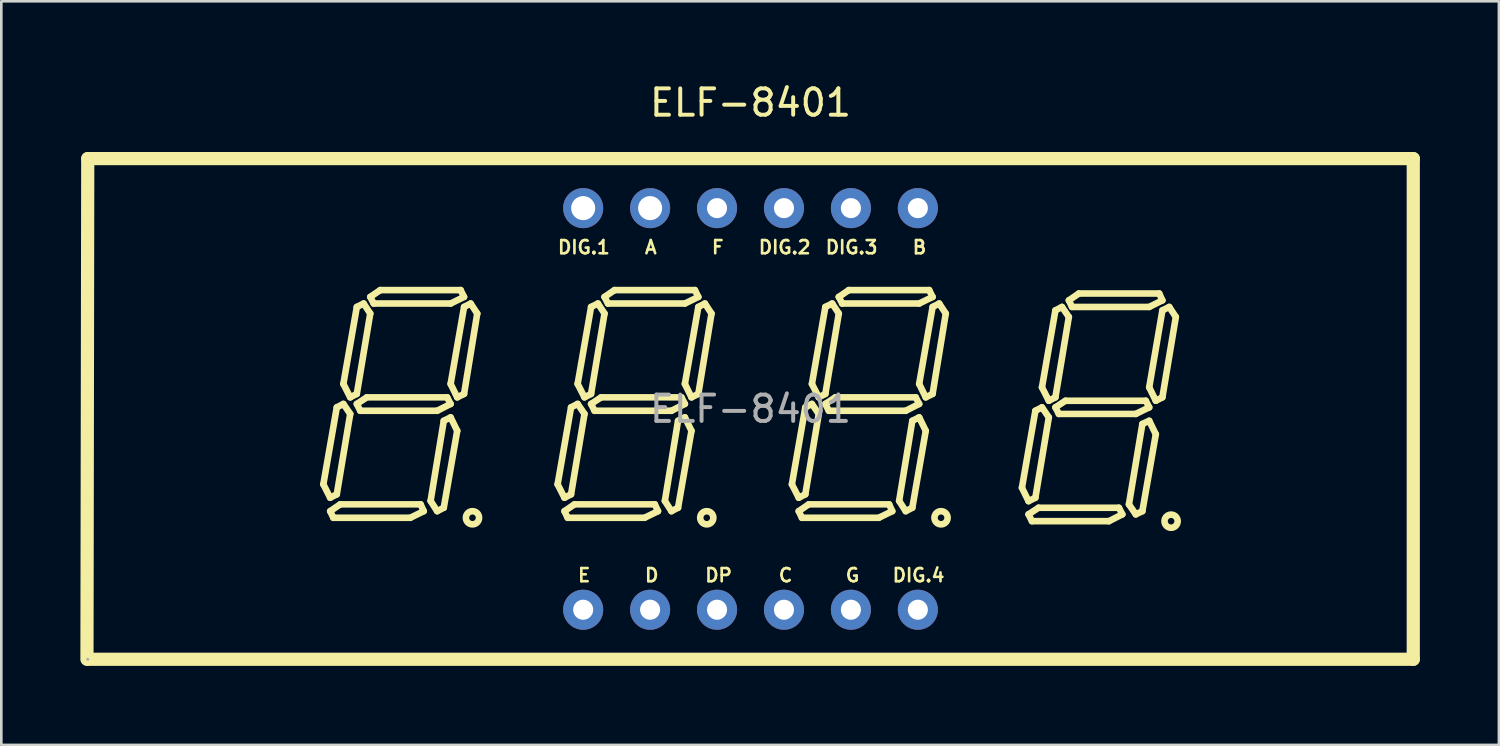
<source format=kicad_pcb>
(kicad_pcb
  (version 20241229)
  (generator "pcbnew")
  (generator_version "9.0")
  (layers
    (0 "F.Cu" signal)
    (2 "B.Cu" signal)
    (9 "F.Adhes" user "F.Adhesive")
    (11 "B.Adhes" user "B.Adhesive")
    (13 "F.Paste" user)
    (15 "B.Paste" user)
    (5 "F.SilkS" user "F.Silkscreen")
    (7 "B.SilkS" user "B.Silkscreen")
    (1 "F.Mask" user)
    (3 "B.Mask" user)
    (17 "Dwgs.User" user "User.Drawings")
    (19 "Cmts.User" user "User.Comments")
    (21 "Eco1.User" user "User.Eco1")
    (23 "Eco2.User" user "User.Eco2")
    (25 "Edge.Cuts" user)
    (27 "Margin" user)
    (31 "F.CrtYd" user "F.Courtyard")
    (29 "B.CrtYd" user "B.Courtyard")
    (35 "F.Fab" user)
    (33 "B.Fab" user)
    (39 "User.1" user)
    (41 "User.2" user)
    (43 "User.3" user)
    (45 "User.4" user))
  (footprint "ELF-8401"
    (layer "F.Cu")
    (at 25.43 12.468)
    (property "Reference" "ELF-8401" (at 0 -11.62 0) (layer "F.SilkS") (effects (font (size 1 1) (thickness 0.15))))
    (attr through_hole)
    (fp_line (start -25.18 9.5) (end -25.15 -9.5) (stroke (width 0.5) (type solid)) (layer "F.SilkS"))
    (fp_line (start -25.15 -9.5) (end 25.15 -9.5) (stroke (width 0.5) (type solid)) (layer "F.SilkS"))
    (fp_line (start -16.21 2.86) (end -15.7 -0.06) (stroke (width 0.25) (type solid)) (layer "F.SilkS"))
    (fp_line (start -15.95 3.37) (end -16.21 2.86) (stroke (width 0.25) (type solid)) (layer "F.SilkS"))
    (fp_line (start -15.95 3.88) (end -15.83 4.13) (stroke (width 0.25) (type solid)) (layer "F.SilkS"))
    (fp_line (start -15.83 4.13) (end -12.91 4.13) (stroke (width 0.25) (type solid)) (layer "F.SilkS"))
    (fp_line (start -15.7 -0.06) (end -15.45 -0.19) (stroke (width 0.25) (type solid)) (layer "F.SilkS"))
    (fp_line (start -15.7 3.24) (end -15.95 3.37) (stroke (width 0.25) (type solid)) (layer "F.SilkS"))
    (fp_line (start -15.57 3.62) (end -15.95 3.88) (stroke (width 0.25) (type solid)) (layer "F.SilkS"))
    (fp_line (start -15.45 -0.95) (end -14.94 -3.87) (stroke (width 0.25) (type solid)) (layer "F.SilkS"))
    (fp_line (start -15.45 -0.19) (end -15.19 0.19) (stroke (width 0.25) (type solid)) (layer "F.SilkS"))
    (fp_line (start -15.19 -0.44) (end -15.45 -0.95) (stroke (width 0.25) (type solid)) (layer "F.SilkS"))
    (fp_line (start -15.19 0.19) (end -15.7 3.24) (stroke (width 0.25) (type solid)) (layer "F.SilkS"))
    (fp_line (start -14.94 -3.87) (end -14.68 -4) (stroke (width 0.25) (type solid)) (layer "F.SilkS"))
    (fp_line (start -14.94 -0.57) (end -15.19 -0.44) (stroke (width 0.25) (type solid)) (layer "F.SilkS"))
    (fp_line (start -14.94 -0.19) (end -14.81 0.07) (stroke (width 0.25) (type solid)) (layer "F.SilkS"))
    (fp_line (start -14.81 0.07) (end -11.89 0.07) (stroke (width 0.25) (type solid)) (layer "F.SilkS"))
    (fp_line (start -14.68 -4) (end -14.43 -3.62) (stroke (width 0.25) (type solid)) (layer "F.SilkS"))
    (fp_line (start -14.56 -0.44) (end -14.94 -0.19) (stroke (width 0.25) (type solid)) (layer "F.SilkS"))
    (fp_line (start -14.43 -4.25) (end -14.05 -4.51) (stroke (width 0.25) (type solid)) (layer "F.SilkS"))
    (fp_line (start -14.43 -3.62) (end -14.94 -0.57) (stroke (width 0.25) (type solid)) (layer "F.SilkS"))
    (fp_line (start -14.3 -4) (end -14.43 -4.25) (stroke (width 0.25) (type solid)) (layer "F.SilkS"))
    (fp_line (start -14.05 -4.51) (end -11 -4.51) (stroke (width 0.25) (type solid)) (layer "F.SilkS"))
    (fp_line (start -12.91 4.13) (end -12.4 3.88) (stroke (width 0.25) (type solid)) (layer "F.SilkS"))
    (fp_line (start -12.52 3.62) (end -15.57 3.62) (stroke (width 0.25) (type solid)) (layer "F.SilkS"))
    (fp_line (start -12.4 3.88) (end -12.52 3.62) (stroke (width 0.25) (type solid)) (layer "F.SilkS"))
    (fp_line (start -12.14 3.49) (end -11.89 3.88) (stroke (width 0.25) (type solid)) (layer "F.SilkS"))
    (fp_line (start -11.89 0.07) (end -11.38 -0.19) (stroke (width 0.25) (type solid)) (layer "F.SilkS"))
    (fp_line (start -11.89 3.88) (end -11.64 3.75) (stroke (width 0.25) (type solid)) (layer "F.SilkS"))
    (fp_line (start -11.64 0.45) (end -12.14 3.49) (stroke (width 0.25) (type solid)) (layer "F.SilkS"))
    (fp_line (start -11.64 3.75) (end -11.13 0.83) (stroke (width 0.25) (type solid)) (layer "F.SilkS"))
    (fp_line (start -11.51 -0.44) (end -14.56 -0.44) (stroke (width 0.25) (type solid)) (layer "F.SilkS"))
    (fp_line (start -11.38 -4) (end -14.3 -4) (stroke (width 0.25) (type solid)) (layer "F.SilkS"))
    (fp_line (start -11.38 -0.95) (end -10.87 -3.87) (stroke (width 0.25) (type solid)) (layer "F.SilkS"))
    (fp_line (start -11.38 -0.19) (end -11.51 -0.44) (stroke (width 0.25) (type solid)) (layer "F.SilkS"))
    (fp_line (start -11.38 0.32) (end -11.64 0.45) (stroke (width 0.25) (type solid)) (layer "F.SilkS"))
    (fp_line (start -11.13 -0.44) (end -11.38 -0.95) (stroke (width 0.25) (type solid)) (layer "F.SilkS"))
    (fp_line (start -11.13 0.83) (end -11.38 0.32) (stroke (width 0.25) (type solid)) (layer "F.SilkS"))
    (fp_line (start -11 -4.51) (end -10.87 -4.25) (stroke (width 0.25) (type solid)) (layer "F.SilkS"))
    (fp_line (start -10.87 -4.25) (end -11.38 -4) (stroke (width 0.25) (type solid)) (layer "F.SilkS"))
    (fp_line (start -10.87 -3.87) (end -10.62 -4) (stroke (width 0.25) (type solid)) (layer "F.SilkS"))
    (fp_line (start -10.87 -0.57) (end -11.13 -0.44) (stroke (width 0.25) (type solid)) (layer "F.SilkS"))
    (fp_line (start -10.62 -4) (end -10.37 -3.62) (stroke (width 0.25) (type solid)) (layer "F.SilkS"))
    (fp_line (start -10.37 -3.62) (end -10.87 -0.57) (stroke (width 0.25) (type solid)) (layer "F.SilkS"))
    (fp_line (start -7.32 2.86) (end -6.81 -0.06) (stroke (width 0.25) (type solid)) (layer "F.SilkS"))
    (fp_line (start -7.06 3.37) (end -7.32 2.86) (stroke (width 0.25) (type solid)) (layer "F.SilkS"))
    (fp_line (start -7.06 3.88) (end -6.94 4.13) (stroke (width 0.25) (type solid)) (layer "F.SilkS"))
    (fp_line (start -6.94 4.13) (end -4.02 4.13) (stroke (width 0.25) (type solid)) (layer "F.SilkS"))
    (fp_line (start -6.81 -0.06) (end -6.56 -0.19) (stroke (width 0.25) (type solid)) (layer "F.SilkS"))
    (fp_line (start -6.81 3.24) (end -7.06 3.37) (stroke (width 0.25) (type solid)) (layer "F.SilkS"))
    (fp_line (start -6.68 3.62) (end -7.06 3.88) (stroke (width 0.25) (type solid)) (layer "F.SilkS"))
    (fp_line (start -6.56 -0.95) (end -6.05 -3.87) (stroke (width 0.25) (type solid)) (layer "F.SilkS"))
    (fp_line (start -6.56 -0.19) (end -6.3 0.19) (stroke (width 0.25) (type solid)) (layer "F.SilkS"))
    (fp_line (start -6.3 -0.44) (end -6.56 -0.95) (stroke (width 0.25) (type solid)) (layer "F.SilkS"))
    (fp_line (start -6.3 0.19) (end -6.81 3.24) (stroke (width 0.25) (type solid)) (layer "F.SilkS"))
    (fp_line (start -6.05 -3.87) (end -5.79 -4) (stroke (width 0.25) (type solid)) (layer "F.SilkS"))
    (fp_line (start -6.05 -0.57) (end -6.3 -0.44) (stroke (width 0.25) (type solid)) (layer "F.SilkS"))
    (fp_line (start -6.05 -0.19) (end -5.92 0.07) (stroke (width 0.25) (type solid)) (layer "F.SilkS"))
    (fp_line (start -5.92 0.07) (end -3 0.07) (stroke (width 0.25) (type solid)) (layer "F.SilkS"))
    (fp_line (start -5.79 -4) (end -5.54 -3.62) (stroke (width 0.25) (type solid)) (layer "F.SilkS"))
    (fp_line (start -5.67 -0.44) (end -6.05 -0.19) (stroke (width 0.25) (type solid)) (layer "F.SilkS"))
    (fp_line (start -5.54 -4.25) (end -5.16 -4.51) (stroke (width 0.25) (type solid)) (layer "F.SilkS"))
    (fp_line (start -5.54 -3.62) (end -6.05 -0.57) (stroke (width 0.25) (type solid)) (layer "F.SilkS"))
    (fp_line (start -5.41 -4) (end -5.54 -4.25) (stroke (width 0.25) (type solid)) (layer "F.SilkS"))
    (fp_line (start -5.16 -4.51) (end -2.11 -4.51) (stroke (width 0.25) (type solid)) (layer "F.SilkS"))
    (fp_line (start -4.02 4.13) (end -3.51 3.88) (stroke (width 0.25) (type solid)) (layer "F.SilkS"))
    (fp_line (start -3.63 3.62) (end -6.68 3.62) (stroke (width 0.25) (type solid)) (layer "F.SilkS"))
    (fp_line (start -3.51 3.88) (end -3.63 3.62) (stroke (width 0.25) (type solid)) (layer "F.SilkS"))
    (fp_line (start -3.25 3.49) (end -3 3.88) (stroke (width 0.25) (type solid)) (layer "F.SilkS"))
    (fp_line (start -3 0.07) (end -2.49 -0.19) (stroke (width 0.25) (type solid)) (layer "F.SilkS"))
    (fp_line (start -3 3.88) (end -2.75 3.75) (stroke (width 0.25) (type solid)) (layer "F.SilkS"))
    (fp_line (start -2.75 0.45) (end -3.25 3.49) (stroke (width 0.25) (type solid)) (layer "F.SilkS"))
    (fp_line (start -2.75 3.75) (end -2.24 0.83) (stroke (width 0.25) (type solid)) (layer "F.SilkS"))
    (fp_line (start -2.62 -0.44) (end -5.67 -0.44) (stroke (width 0.25) (type solid)) (layer "F.SilkS"))
    (fp_line (start -2.49 -4) (end -5.41 -4) (stroke (width 0.25) (type solid)) (layer "F.SilkS"))
    (fp_line (start -2.49 -0.95) (end -1.98 -3.87) (stroke (width 0.25) (type solid)) (layer "F.SilkS"))
    (fp_line (start -2.49 -0.19) (end -2.62 -0.44) (stroke (width 0.25) (type solid)) (layer "F.SilkS"))
    (fp_line (start -2.49 0.32) (end -2.75 0.45) (stroke (width 0.25) (type solid)) (layer "F.SilkS"))
    (fp_line (start -2.24 -0.44) (end -2.49 -0.95) (stroke (width 0.25) (type solid)) (layer "F.SilkS"))
    (fp_line (start -2.24 0.83) (end -2.49 0.32) (stroke (width 0.25) (type solid)) (layer "F.SilkS"))
    (fp_line (start -2.11 -4.51) (end -1.98 -4.25) (stroke (width 0.25) (type solid)) (layer "F.SilkS"))
    (fp_line (start -1.98 -4.25) (end -2.49 -4) (stroke (width 0.25) (type solid)) (layer "F.SilkS"))
    (fp_line (start -1.98 -3.87) (end -1.73 -4) (stroke (width 0.25) (type solid)) (layer "F.SilkS"))
    (fp_line (start -1.98 -0.57) (end -2.24 -0.44) (stroke (width 0.25) (type solid)) (layer "F.SilkS"))
    (fp_line (start -1.73 -4) (end -1.48 -3.62) (stroke (width 0.25) (type solid)) (layer "F.SilkS"))
    (fp_line (start -1.48 -3.62) (end -1.98 -0.57) (stroke (width 0.25) (type solid)) (layer "F.SilkS"))
    (fp_line (start 1.57 2.86) (end 2.08 -0.06) (stroke (width 0.25) (type solid)) (layer "F.SilkS"))
    (fp_line (start 1.83 3.37) (end 1.57 2.86) (stroke (width 0.25) (type solid)) (layer "F.SilkS"))
    (fp_line (start 1.83 3.88) (end 1.95 4.13) (stroke (width 0.25) (type solid)) (layer "F.SilkS"))
    (fp_line (start 1.95 4.13) (end 4.87 4.13) (stroke (width 0.25) (type solid)) (layer "F.SilkS"))
    (fp_line (start 2.08 -0.06) (end 2.33 -0.19) (stroke (width 0.25) (type solid)) (layer "F.SilkS"))
    (fp_line (start 2.08 3.24) (end 1.83 3.37) (stroke (width 0.25) (type solid)) (layer "F.SilkS"))
    (fp_line (start 2.21 3.62) (end 1.83 3.88) (stroke (width 0.25) (type solid)) (layer "F.SilkS"))
    (fp_line (start 2.33 -0.95) (end 2.84 -3.87) (stroke (width 0.25) (type solid)) (layer "F.SilkS"))
    (fp_line (start 2.33 -0.19) (end 2.59 0.19) (stroke (width 0.25) (type solid)) (layer "F.SilkS"))
    (fp_line (start 2.59 -0.44) (end 2.33 -0.95) (stroke (width 0.25) (type solid)) (layer "F.SilkS"))
    (fp_line (start 2.59 0.19) (end 2.08 3.24) (stroke (width 0.25) (type solid)) (layer "F.SilkS"))
    (fp_line (start 2.84 -3.87) (end 3.1 -4) (stroke (width 0.25) (type solid)) (layer "F.SilkS"))
    (fp_line (start 2.84 -0.57) (end 2.59 -0.44) (stroke (width 0.25) (type solid)) (layer "F.SilkS"))
    (fp_line (start 2.84 -0.19) (end 2.97 0.07) (stroke (width 0.25) (type solid)) (layer "F.SilkS"))
    (fp_line (start 2.97 0.07) (end 5.89 0.07) (stroke (width 0.25) (type solid)) (layer "F.SilkS"))
    (fp_line (start 3.1 -4) (end 3.35 -3.62) (stroke (width 0.25) (type solid)) (layer "F.SilkS"))
    (fp_line (start 3.22 -0.44) (end 2.84 -0.19) (stroke (width 0.25) (type solid)) (layer "F.SilkS"))
    (fp_line (start 3.35 -4.25) (end 3.73 -4.51) (stroke (width 0.25) (type solid)) (layer "F.SilkS"))
    (fp_line (start 3.35 -3.62) (end 2.84 -0.57) (stroke (width 0.25) (type solid)) (layer "F.SilkS"))
    (fp_line (start 3.48 -4) (end 3.35 -4.25) (stroke (width 0.25) (type solid)) (layer "F.SilkS"))
    (fp_line (start 3.73 -4.51) (end 6.78 -4.51) (stroke (width 0.25) (type solid)) (layer "F.SilkS"))
    (fp_line (start 4.87 4.13) (end 5.38 3.88) (stroke (width 0.25) (type solid)) (layer "F.SilkS"))
    (fp_line (start 5.26 3.62) (end 2.21 3.62) (stroke (width 0.25) (type solid)) (layer "F.SilkS"))
    (fp_line (start 5.38 3.88) (end 5.26 3.62) (stroke (width 0.25) (type solid)) (layer "F.SilkS"))
    (fp_line (start 5.64 3.49) (end 5.89 3.88) (stroke (width 0.25) (type solid)) (layer "F.SilkS"))
    (fp_line (start 5.89 0.07) (end 6.4 -0.19) (stroke (width 0.25) (type solid)) (layer "F.SilkS"))
    (fp_line (start 5.89 3.88) (end 6.14 3.75) (stroke (width 0.25) (type solid)) (layer "F.SilkS"))
    (fp_line (start 6.14 0.45) (end 5.64 3.49) (stroke (width 0.25) (type solid)) (layer "F.SilkS"))
    (fp_line (start 6.14 3.75) (end 6.65 0.83) (stroke (width 0.25) (type solid)) (layer "F.SilkS"))
    (fp_line (start 6.27 -0.44) (end 3.22 -0.44) (stroke (width 0.25) (type solid)) (layer "F.SilkS"))
    (fp_line (start 6.4 -4) (end 3.48 -4) (stroke (width 0.25) (type solid)) (layer "F.SilkS"))
    (fp_line (start 6.4 -0.95) (end 6.91 -3.87) (stroke (width 0.25) (type solid)) (layer "F.SilkS"))
    (fp_line (start 6.4 -0.19) (end 6.27 -0.44) (stroke (width 0.25) (type solid)) (layer "F.SilkS"))
    (fp_line (start 6.4 0.32) (end 6.14 0.45) (stroke (width 0.25) (type solid)) (layer "F.SilkS"))
    (fp_line (start 6.65 -0.44) (end 6.4 -0.95) (stroke (width 0.25) (type solid)) (layer "F.SilkS"))
    (fp_line (start 6.65 0.83) (end 6.4 0.32) (stroke (width 0.25) (type solid)) (layer "F.SilkS"))
    (fp_line (start 6.78 -4.51) (end 6.91 -4.25) (stroke (width 0.25) (type solid)) (layer "F.SilkS"))
    (fp_line (start 6.91 -4.25) (end 6.4 -4) (stroke (width 0.25) (type solid)) (layer "F.SilkS"))
    (fp_line (start 6.91 -3.87) (end 7.16 -4) (stroke (width 0.25) (type solid)) (layer "F.SilkS"))
    (fp_line (start 6.91 -0.57) (end 6.65 -0.44) (stroke (width 0.25) (type solid)) (layer "F.SilkS"))
    (fp_line (start 7.16 -4) (end 7.41 -3.62) (stroke (width 0.25) (type solid)) (layer "F.SilkS"))
    (fp_line (start 7.41 -3.62) (end 6.91 -0.57) (stroke (width 0.25) (type solid)) (layer "F.SilkS"))
    (fp_line (start 10.3 2.99) (end 10.81 0.07) (stroke (width 0.25) (type solid)) (layer "F.SilkS"))
    (fp_line (start 10.55 3.5) (end 10.3 2.99) (stroke (width 0.25) (type solid)) (layer "F.SilkS"))
    (fp_line (start 10.55 4) (end 10.68 4.26) (stroke (width 0.25) (type solid)) (layer "F.SilkS"))
    (fp_line (start 10.68 4.26) (end 13.6 4.26) (stroke (width 0.25) (type solid)) (layer "F.SilkS"))
    (fp_line (start 10.81 0.07) (end 11.06 -0.06) (stroke (width 0.25) (type solid)) (layer "F.SilkS"))
    (fp_line (start 10.81 3.37) (end 10.55 3.5) (stroke (width 0.25) (type solid)) (layer "F.SilkS"))
    (fp_line (start 10.93 3.75) (end 10.55 4) (stroke (width 0.25) (type solid)) (layer "F.SilkS"))
    (fp_line (start 11.06 -0.82) (end 11.57 -3.74) (stroke (width 0.25) (type solid)) (layer "F.SilkS"))
    (fp_line (start 11.06 -0.06) (end 11.32 0.32) (stroke (width 0.25) (type solid)) (layer "F.SilkS"))
    (fp_line (start 11.32 -0.31) (end 11.06 -0.82) (stroke (width 0.25) (type solid)) (layer "F.SilkS"))
    (fp_line (start 11.32 0.32) (end 10.81 3.37) (stroke (width 0.25) (type solid)) (layer "F.SilkS"))
    (fp_line (start 11.57 -3.74) (end 11.82 -3.87) (stroke (width 0.25) (type solid)) (layer "F.SilkS"))
    (fp_line (start 11.57 -0.44) (end 11.32 -0.31) (stroke (width 0.25) (type solid)) (layer "F.SilkS"))
    (fp_line (start 11.57 -0.06) (end 11.7 0.19) (stroke (width 0.25) (type solid)) (layer "F.SilkS"))
    (fp_line (start 11.7 0.19) (end 14.62 0.19) (stroke (width 0.25) (type solid)) (layer "F.SilkS"))
    (fp_line (start 11.82 -3.87) (end 12.08 -3.49) (stroke (width 0.25) (type solid)) (layer "F.SilkS"))
    (fp_line (start 11.95 -0.31) (end 11.57 -0.06) (stroke (width 0.25) (type solid)) (layer "F.SilkS"))
    (fp_line (start 12.08 -4.12) (end 12.46 -4.38) (stroke (width 0.25) (type solid)) (layer "F.SilkS"))
    (fp_line (start 12.08 -3.49) (end 11.57 -0.44) (stroke (width 0.25) (type solid)) (layer "F.SilkS"))
    (fp_line (start 12.2 -3.87) (end 12.08 -4.12) (stroke (width 0.25) (type solid)) (layer "F.SilkS"))
    (fp_line (start 12.46 -4.38) (end 15.51 -4.38) (stroke (width 0.25) (type solid)) (layer "F.SilkS"))
    (fp_line (start 13.6 4.26) (end 14.11 4) (stroke (width 0.25) (type solid)) (layer "F.SilkS"))
    (fp_line (start 13.98 3.75) (end 10.93 3.75) (stroke (width 0.25) (type solid)) (layer "F.SilkS"))
    (fp_line (start 14.11 4) (end 13.98 3.75) (stroke (width 0.25) (type solid)) (layer "F.SilkS"))
    (fp_line (start 14.36 3.62) (end 14.62 4) (stroke (width 0.25) (type solid)) (layer "F.SilkS"))
    (fp_line (start 14.62 0.19) (end 15.13 -0.06) (stroke (width 0.25) (type solid)) (layer "F.SilkS"))
    (fp_line (start 14.62 4) (end 14.87 3.88) (stroke (width 0.25) (type solid)) (layer "F.SilkS"))
    (fp_line (start 14.87 0.57) (end 14.36 3.62) (stroke (width 0.25) (type solid)) (layer "F.SilkS"))
    (fp_line (start 14.87 3.88) (end 15.38 0.96) (stroke (width 0.25) (type solid)) (layer "F.SilkS"))
    (fp_line (start 15 -0.31) (end 11.95 -0.31) (stroke (width 0.25) (type solid)) (layer "F.SilkS"))
    (fp_line (start 15.13 -3.87) (end 12.2 -3.87) (stroke (width 0.25) (type solid)) (layer "F.SilkS"))
    (fp_line (start 15.13 -0.82) (end 15.63 -3.74) (stroke (width 0.25) (type solid)) (layer "F.SilkS"))
    (fp_line (start 15.13 -0.06) (end 15 -0.31) (stroke (width 0.25) (type solid)) (layer "F.SilkS"))
    (fp_line (start 15.13 0.45) (end 14.87 0.57) (stroke (width 0.25) (type solid)) (layer "F.SilkS"))
    (fp_line (start 15.38 -0.31) (end 15.13 -0.82) (stroke (width 0.25) (type solid)) (layer "F.SilkS"))
    (fp_line (start 15.38 0.96) (end 15.13 0.45) (stroke (width 0.25) (type solid)) (layer "F.SilkS"))
    (fp_line (start 15.51 -4.38) (end 15.63 -4.12) (stroke (width 0.25) (type solid)) (layer "F.SilkS"))
    (fp_line (start 15.63 -4.12) (end 15.13 -3.87) (stroke (width 0.25) (type solid)) (layer "F.SilkS"))
    (fp_line (start 15.63 -3.74) (end 15.89 -3.87) (stroke (width 0.25) (type solid)) (layer "F.SilkS"))
    (fp_line (start 15.63 -0.44) (end 15.38 -0.31) (stroke (width 0.25) (type solid)) (layer "F.SilkS"))
    (fp_line (start 15.89 -3.87) (end 16.14 -3.49) (stroke (width 0.25) (type solid)) (layer "F.SilkS"))
    (fp_line (start 16.14 -3.49) (end 15.63 -0.44) (stroke (width 0.25) (type solid)) (layer "F.SilkS"))
    (fp_line (start 25.15 -9.5) (end 25.15 9.5) (stroke (width 0.5) (type solid)) (layer "F.SilkS"))
    (fp_line (start 25.15 9.5) (end -25.15 9.5) (stroke (width 0.5) (type solid)) (layer "F.SilkS"))
    (fp_arc (start -10.54 3.88) (mid -10.555002 4.38015) (end -10.549997 3.8798) (stroke (width 0.25) (type solid)) (layer "F.SilkS"))
    (fp_arc (start -1.65 3.88) (mid -1.665002 4.38015) (end -1.659997 3.8798) (stroke (width 0.25) (type solid)) (layer "F.SilkS"))
    (fp_arc (start 7.24 3.88) (mid 7.224998 4.38015) (end 7.230003 3.8798) (stroke (width 0.25) (type solid)) (layer "F.SilkS"))
    (fp_arc (start 15.97 4.01) (mid 15.954998 4.51015) (end 15.960003 4.0098) (stroke (width 0.25) (type solid)) (layer "F.SilkS"))
    (fp_circle (center -25.15 9.5) (end -25.12 9.5) (stroke (width 0.06) (type solid)) (fill no) (layer "F.Fab"))
    (fp_circle (center -6.35 -7.62) (end -6.22 -7.62) (stroke (width 0.25) (type solid)) (fill no) (layer "F.Fab"))
    (fp_circle (center -6.35 7.62) (end -6.22 7.62) (stroke (width 0.25) (type solid)) (fill no) (layer "F.Fab"))
    (fp_circle (center -3.81 -7.62) (end -3.68 -7.62) (stroke (width 0.25) (type solid)) (fill no) (layer "F.Fab"))
    (fp_circle (center -3.81 7.62) (end -3.68 7.62) (stroke (width 0.25) (type solid)) (fill no) (layer "F.Fab"))
    (fp_circle (center -1.27 -7.62) (end -1.14 -7.62) (stroke (width 0.25) (type solid)) (fill no) (layer "F.Fab"))
    (fp_circle (center -1.27 7.62) (end -1.14 7.62) (stroke (width 0.25) (type solid)) (fill no) (layer "F.Fab"))
    (fp_circle (center 1.27 -7.62) (end 1.4 -7.62) (stroke (width 0.25) (type solid)) (fill no) (layer "F.Fab"))
    (fp_circle (center 1.27 7.62) (end 1.4 7.62) (stroke (width 0.25) (type solid)) (fill no) (layer "F.Fab"))
    (fp_circle (center 3.81 -7.62) (end 3.94 -7.62) (stroke (width 0.25) (type solid)) (fill no) (layer "F.Fab"))
    (fp_circle (center 3.81 7.62) (end 3.94 7.62) (stroke (width 0.25) (type solid)) (fill no) (layer "F.Fab"))
    (fp_circle (center 6.35 -7.62) (end 6.48 -7.62) (stroke (width 0.25) (type solid)) (fill no) (layer "F.Fab"))
    (fp_circle (center 6.35 7.62) (end 6.48 7.62) (stroke (width 0.25) (type solid)) (fill no) (layer "F.Fab"))
    (fp_text user "DIG.1" (at -7.366 -5.842 0) (unlocked yes) (layer "F.SilkS") (effects (font (size 0.5 0.5) (thickness 0.1)) (justify left bottom)))
    (fp_text user "DIG.4" (at 5.334 6.604 0) (unlocked yes) (layer "F.SilkS") (effects (font (size 0.5 0.5) (thickness 0.1)) (justify left bottom)))
    (fp_text user "DP" (at -1.778 6.604 0) (unlocked yes) (layer "F.SilkS") (effects (font (size 0.5 0.5) (thickness 0.1)) (justify left bottom)))
    (fp_text user "E" (at -6.604 6.604 0) (unlocked yes) (layer "F.SilkS") (effects (font (size 0.5 0.5) (thickness 0.1)) (justify left bottom)))
    (fp_text user "DIG.2" (at 0.254 -5.842 0) (unlocked yes) (layer "F.SilkS") (effects (font (size 0.5 0.5) (thickness 0.1)) (justify left bottom)))
    (fp_text user "A" (at -4.064 -5.842 0) (unlocked yes) (layer "F.SilkS") (effects (font (size 0.5 0.5) (thickness 0.1)) (justify left bottom)))
    (fp_text user "F" (at -1.524 -5.842 0) (unlocked yes) (layer "F.SilkS") (effects (font (size 0.5 0.5) (thickness 0.1)) (justify left bottom)))
    (fp_text user "B" (at 6.096 -5.842 0) (unlocked yes) (layer "F.SilkS") (effects (font (size 0.5 0.5) (thickness 0.1)) (justify left bottom)))
    (fp_text user "G" (at 3.556 6.604 0) (unlocked yes) (layer "F.SilkS") (effects (font (size 0.5 0.5) (thickness 0.1)) (justify left bottom)))
    (fp_text user "D" (at -4.064 6.604 0) (unlocked yes) (layer "F.SilkS") (effects (font (size 0.5 0.5) (thickness 0.1)) (justify left bottom)))
    (fp_text user "DIG.3" (at 2.794 -5.842 0) (unlocked yes) (layer "F.SilkS") (effects (font (size 0.5 0.5) (thickness 0.1)) (justify left bottom)))
    (fp_text user "C" (at 1.016 6.604 0) (unlocked yes) (layer "F.SilkS") (effects (font (size 0.5 0.5) (thickness 0.1)) (justify left bottom)))
    (fp_text user "${REFERENCE}" (at 0 0 0) (layer "F.Fab") (effects (font (size 1 1) (thickness 0.15))))
    (pad "1" thru_hole circle (at -6.35 7.62) (size 1.52 1.52) (drill 0.762) (layers "*.Cu" "*.Mask"))
    (pad "2" thru_hole circle (at -3.81 7.62) (size 1.52 1.52) (drill 0.762) (layers "*.Cu" "*.Mask"))
    (pad "3" thru_hole circle (at -1.27 7.62) (size 1.52 1.52) (drill 0.762) (layers "*.Cu" "*.Mask"))
    (pad "4" thru_hole circle (at 1.27 7.62) (size 1.52 1.52) (drill 0.762) (layers "*.Cu" "*.Mask"))
    (pad "5" thru_hole circle (at 3.81 7.62) (size 1.52 1.52) (drill 0.762) (layers "*.Cu" "*.Mask"))
    (pad "6" thru_hole circle (at 6.35 7.62) (size 1.52 1.52) (drill 0.762) (layers "*.Cu" "*.Mask"))
    (pad "7" thru_hole circle (at 6.35 -7.62) (size 1.52 1.52) (drill 0.762) (layers "*.Cu" "*.Mask"))
    (pad "8" thru_hole circle (at 3.81 -7.62) (size 1.52 1.52) (drill 0.762) (layers "*.Cu" "*.Mask"))
    (pad "9" thru_hole circle (at 1.27 -7.62) (size 1.52 1.52) (drill 0.762) (layers "*.Cu" "*.Mask"))
    (pad "10" thru_hole circle (at -1.27 -7.62) (size 1.52 1.52) (drill 0.762) (layers "*.Cu" "*.Mask"))
    (pad "11" thru_hole circle (at -3.81 -7.62) (size 1.52 1.52) (drill 0.914) (layers "*.Cu" "*.Mask"))
    (pad "12" thru_hole circle (at -6.35 -7.62) (size 1.52 1.52) (drill 0.914) (layers "*.Cu" "*.Mask")))
  (gr_rect
    (start -3 -3)
    (end 53.83 25.218)
    (stroke (width 0.1) (type default))
    (fill no)
    (layer "Edge.Cuts")))
</source>
